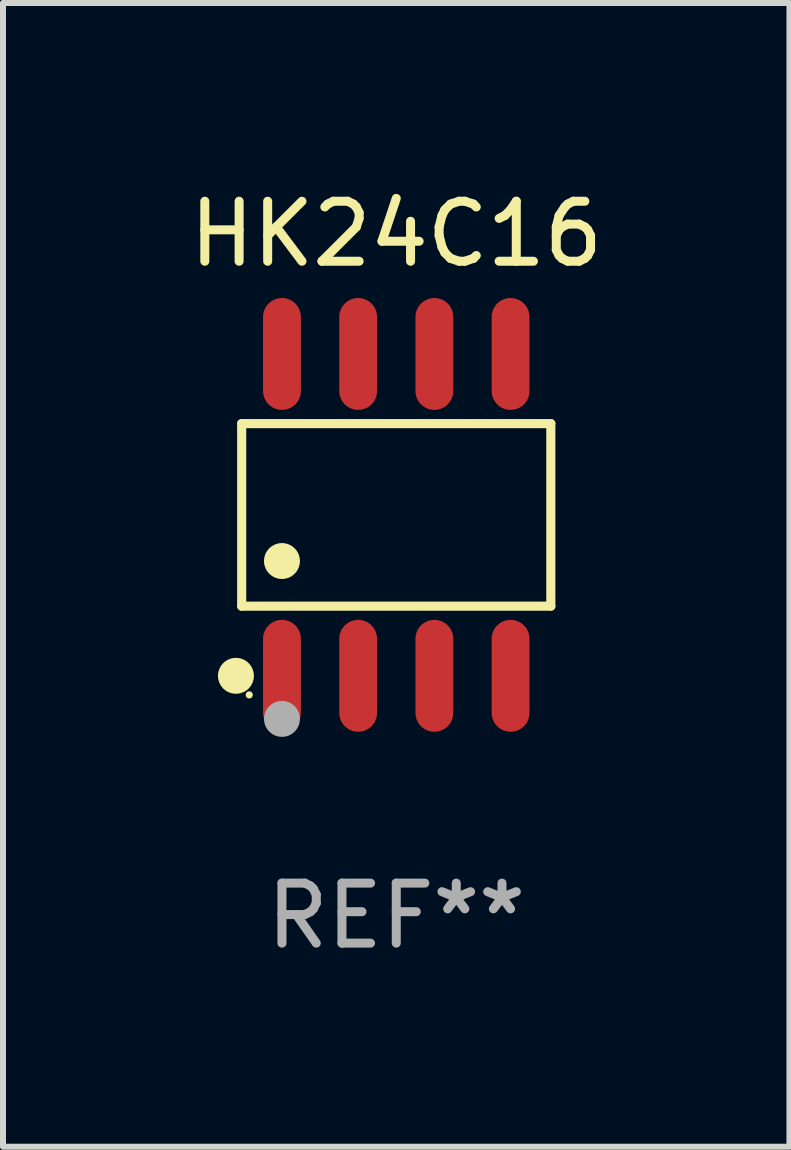
<source format=kicad_pcb>
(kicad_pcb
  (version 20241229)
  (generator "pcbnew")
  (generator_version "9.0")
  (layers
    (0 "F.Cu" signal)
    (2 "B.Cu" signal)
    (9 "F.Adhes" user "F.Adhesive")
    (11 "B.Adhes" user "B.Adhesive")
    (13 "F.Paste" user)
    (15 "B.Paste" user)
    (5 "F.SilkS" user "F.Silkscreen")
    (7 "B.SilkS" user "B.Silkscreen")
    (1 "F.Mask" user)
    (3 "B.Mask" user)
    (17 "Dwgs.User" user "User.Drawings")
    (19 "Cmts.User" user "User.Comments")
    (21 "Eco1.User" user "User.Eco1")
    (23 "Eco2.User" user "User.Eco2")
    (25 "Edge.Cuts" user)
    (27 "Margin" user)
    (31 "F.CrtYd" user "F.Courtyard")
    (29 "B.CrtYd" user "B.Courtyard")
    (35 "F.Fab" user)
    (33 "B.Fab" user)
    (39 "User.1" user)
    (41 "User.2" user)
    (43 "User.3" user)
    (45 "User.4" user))
  (footprint "HK24C16"
    (layer "F.Cu")
    (at 3.554 5.531)
    (property "Reference" "HK24C16" (at 0 -4.682 0) (layer "F.SilkS") (effects (font (size 1 1) (thickness 0.15))))
    (attr through_hole)
    (fp_line (start -2.576 -1.521) (end 2.576 -1.521) (stroke (width 0.152) (type solid)) (layer "F.SilkS"))
    (fp_line (start -2.576 1.521) (end -2.576 -1.521) (stroke (width 0.152) (type solid)) (layer "F.SilkS"))
    (fp_line (start 2.576 -1.521) (end 2.576 1.521) (stroke (width 0.152) (type solid)) (layer "F.SilkS"))
    (fp_line (start 2.576 1.521) (end -2.576 1.521) (stroke (width 0.152) (type solid)) (layer "F.SilkS"))
    (fp_circle (center -2.672 2.682) (end -2.522 2.682) (stroke (width 0.3) (type solid)) (fill no) (layer "F.SilkS"))
    (fp_circle (center -2.45 3) (end -2.42 3) (stroke (width 0.06) (type solid)) (fill no) (layer "F.SilkS"))
    (fp_circle (center -1.905 0.769) (end -1.755 0.769) (stroke (width 0.3) (type solid)) (fill no) (layer "F.SilkS"))
    (fp_circle (center -1.905 3.4) (end -1.755 3.4) (stroke (width 0.3) (type solid)) (fill no) (layer "F.Fab"))
    (fp_text user "REF**" (at 0 6.682 0) (layer "F.Fab") (effects (font (size 1 1) (thickness 0.15))))
    (pad "1" smd oval (at -1.905 2.682) (size 0.63 1.865) (layers "F.Cu" "F.Mask" "F.Paste"))
    (pad "2" smd oval (at -0.635 2.682) (size 0.63 1.865) (layers "F.Cu" "F.Mask" "F.Paste"))
    (pad "3" smd oval (at 0.635 2.682) (size 0.63 1.865) (layers "F.Cu" "F.Mask" "F.Paste"))
    (pad "4" smd oval (at 1.905 2.682) (size 0.63 1.865) (layers "F.Cu" "F.Mask" "F.Paste"))
    (pad "5" smd oval (at 1.905 -2.682) (size 0.63 1.865) (layers "F.Cu" "F.Mask" "F.Paste"))
    (pad "6" smd oval (at 0.635 -2.682) (size 0.63 1.865) (layers "F.Cu" "F.Mask" "F.Paste"))
    (pad "7" smd oval (at -0.635 -2.682) (size 0.63 1.865) (layers "F.Cu" "F.Mask" "F.Paste"))
    (pad "8" smd oval (at -1.905 -2.682) (size 0.63 1.865) (layers "F.Cu" "F.Mask" "F.Paste")))
  (gr_rect
    (start -3 -3)
    (end 10.107 16.061)
    (stroke (width 0.1) (type default))
    (fill no)
    (layer "Edge.Cuts")))
</source>
